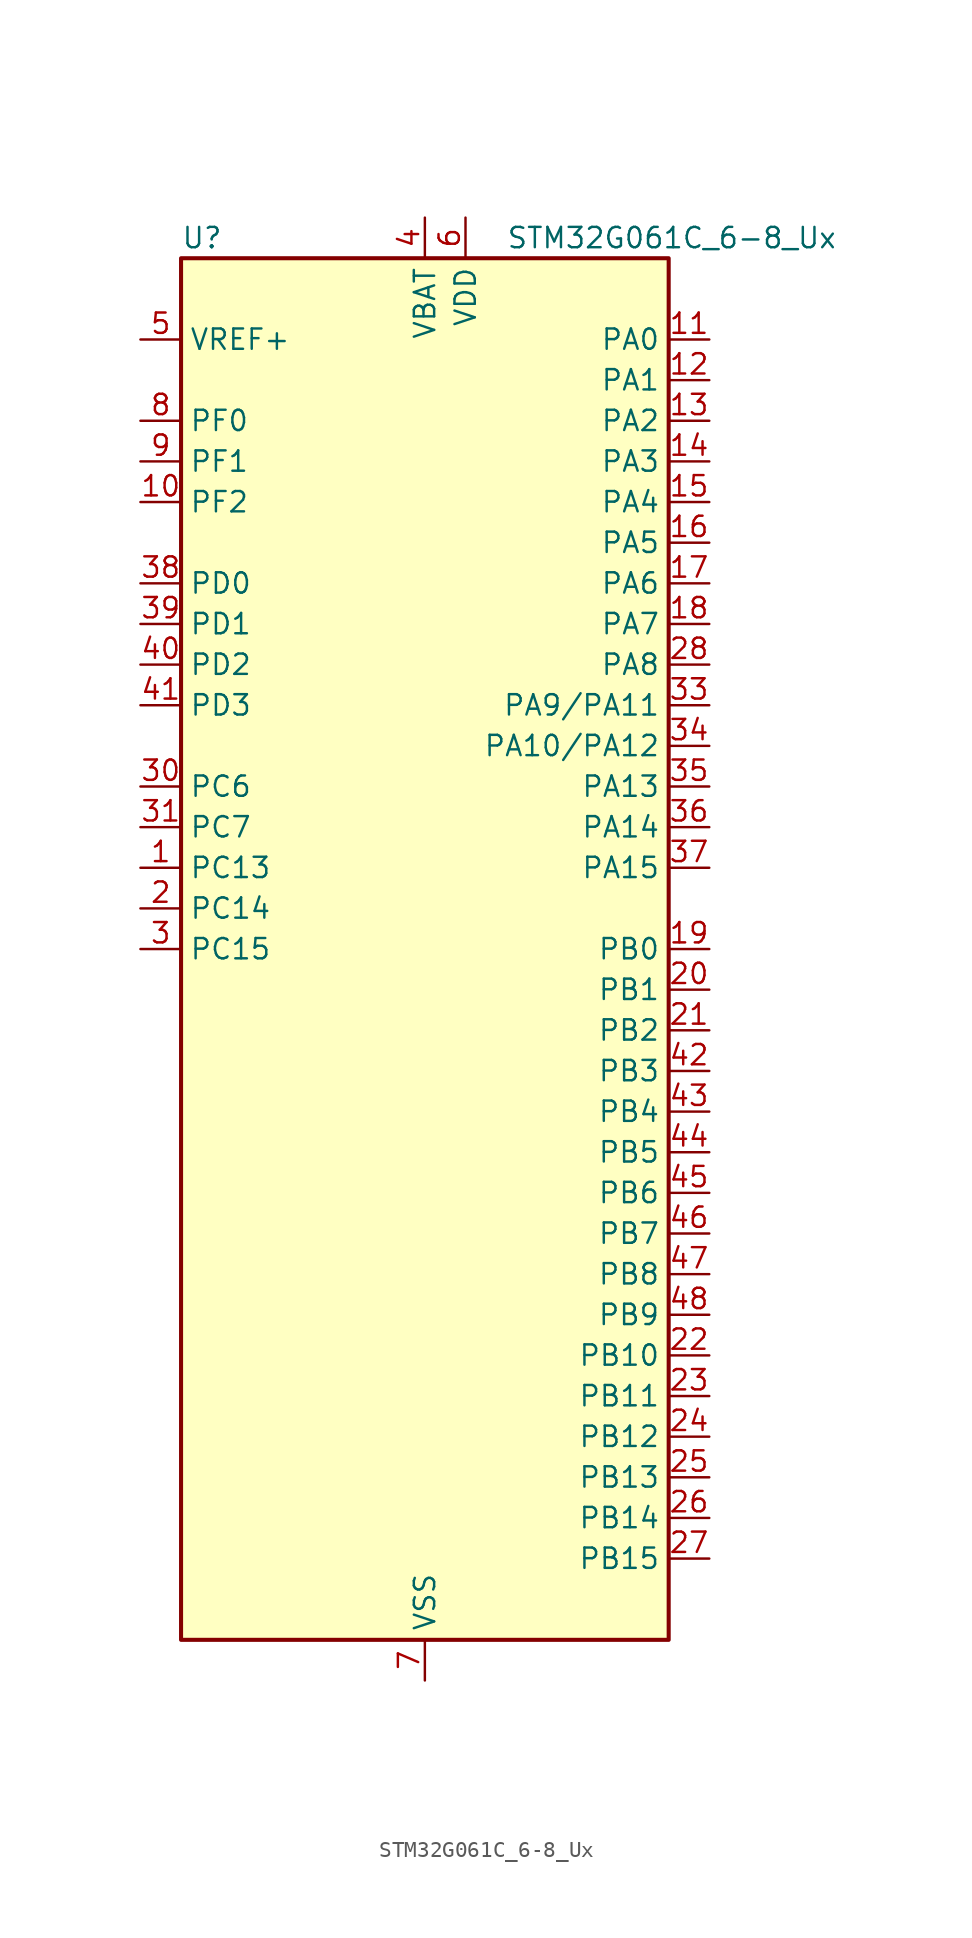
<source format=kicad_sym>
(kicad_symbol_lib
  (version 20231120)
  (generator "kicad-library-utils")
  (generator_version "8.0")
  (symbol "STM32G061C_6-8_Ux"
    (property "Reference" "U"
      (at -15.24 44.45 0)
      (effects (font (size 1.27 1.27)) (justify left)))
    (property "Value" "STM32G061C_6-8_Ux"
      (at 5.08 44.45 0)
      (effects (font (size 1.27 1.27)) (justify left)))
    (symbol "STM32G061C_6-8_Ux_0_1"
      (rectangle (start -15.24 -43.18) (end 15.24 43.18) (stroke (width 0.254) (type default)) (fill (type background))))
    (symbol "STM32G061C_6-8_Ux_1_1"
      (pin bidirectional line (at -17.78 5.08 0) (length 2.54) (name "PC13" (effects (font (size 1.27 1.27)))) (number "1" (effects (font (size 1.27 1.27)))) (alternate "RTC_OUT1" bidirectional line) (alternate "RTC_TAMP_IN1" bidirectional line) (alternate "RTC_TS" bidirectional line) (alternate "SYS_WKUP2" bidirectional line) (alternate "TIM1_BK" bidirectional line))
      (pin bidirectional line (at -17.78 27.94 0) (length 2.54) (name "PF2" (effects (font (size 1.27 1.27)))) (number "10" (effects (font (size 1.27 1.27)))) (alternate "RCC_MCO" bidirectional line))
      (pin bidirectional line (at 17.78 38.1 180) (length 2.54) (name "PA0" (effects (font (size 1.27 1.27)))) (number "11" (effects (font (size 1.27 1.27)))) (alternate "ADC1_IN0" bidirectional line) (alternate "COMP1_INM" bidirectional line) (alternate "COMP1_OUT" bidirectional line) (alternate "LPTIM1_OUT" bidirectional line) (alternate "RTC_TAMP_IN2" bidirectional line) (alternate "SPI2_SCK" bidirectional line) (alternate "SYS_WKUP1" bidirectional line) (alternate "TIM2_CH1" bidirectional line) (alternate "TIM2_ETR" bidirectional line) (alternate "USART2_CTS" bidirectional line) (alternate "USART2_NSS" bidirectional line))
      (pin bidirectional line (at 17.78 35.56 180) (length 2.54) (name "PA1" (effects (font (size 1.27 1.27)))) (number "12" (effects (font (size 1.27 1.27)))) (alternate "ADC1_IN1" bidirectional line) (alternate "COMP1_INP" bidirectional line) (alternate "I2C1_SMBA" bidirectional line) (alternate "I2S1_CK" bidirectional line) (alternate "SPI1_SCK" bidirectional line) (alternate "TIM15_CH1N" bidirectional line) (alternate "TIM2_CH2" bidirectional line) (alternate "USART2_CK" bidirectional line) (alternate "USART2_DE" bidirectional line) (alternate "USART2_RTS" bidirectional line))
      (pin bidirectional line (at 17.78 33.02 180) (length 2.54) (name "PA2" (effects (font (size 1.27 1.27)))) (number "13" (effects (font (size 1.27 1.27)))) (alternate "ADC1_IN2" bidirectional line) (alternate "COMP2_INM" bidirectional line) (alternate "COMP2_OUT" bidirectional line) (alternate "I2S1_SD" bidirectional line) (alternate "LPUART1_TX" bidirectional line) (alternate "RCC_LSCO" bidirectional line) (alternate "SPI1_MOSI" bidirectional line) (alternate "SYS_WKUP4" bidirectional line) (alternate "TIM15_CH1" bidirectional line) (alternate "TIM2_CH3" bidirectional line) (alternate "USART2_TX" bidirectional line))
      (pin bidirectional line (at 17.78 30.48 180) (length 2.54) (name "PA3" (effects (font (size 1.27 1.27)))) (number "14" (effects (font (size 1.27 1.27)))) (alternate "ADC1_IN3" bidirectional line) (alternate "COMP2_INP" bidirectional line) (alternate "LPUART1_RX" bidirectional line) (alternate "SPI2_MISO" bidirectional line) (alternate "TIM15_CH2" bidirectional line) (alternate "TIM2_CH4" bidirectional line) (alternate "USART2_RX" bidirectional line))
      (pin bidirectional line (at 17.78 27.94 180) (length 2.54) (name "PA4" (effects (font (size 1.27 1.27)))) (number "15" (effects (font (size 1.27 1.27)))) (alternate "ADC1_IN4" bidirectional line) (alternate "DAC1_OUT1" bidirectional line) (alternate "I2S1_WS" bidirectional line) (alternate "LPTIM2_OUT" bidirectional line) (alternate "RTC_OUT2" bidirectional line) (alternate "SPI1_NSS" bidirectional line) (alternate "SPI2_MOSI" bidirectional line) (alternate "TIM14_CH1" bidirectional line))
      (pin bidirectional line (at 17.78 25.4 180) (length 2.54) (name "PA5" (effects (font (size 1.27 1.27)))) (number "16" (effects (font (size 1.27 1.27)))) (alternate "ADC1_IN5" bidirectional line) (alternate "DAC1_OUT2" bidirectional line) (alternate "I2S1_CK" bidirectional line) (alternate "LPTIM2_ETR" bidirectional line) (alternate "SPI1_SCK" bidirectional line) (alternate "TIM2_CH1" bidirectional line) (alternate "TIM2_ETR" bidirectional line))
      (pin bidirectional line (at 17.78 22.86 180) (length 2.54) (name "PA6" (effects (font (size 1.27 1.27)))) (number "17" (effects (font (size 1.27 1.27)))) (alternate "ADC1_IN6" bidirectional line) (alternate "COMP1_OUT" bidirectional line) (alternate "I2S1_MCK" bidirectional line) (alternate "LPUART1_CTS" bidirectional line) (alternate "SPI1_MISO" bidirectional line) (alternate "TIM16_CH1" bidirectional line) (alternate "TIM1_BK" bidirectional line) (alternate "TIM3_CH1" bidirectional line))
      (pin bidirectional line (at 17.78 20.32 180) (length 2.54) (name "PA7" (effects (font (size 1.27 1.27)))) (number "18" (effects (font (size 1.27 1.27)))) (alternate "ADC1_IN7" bidirectional line) (alternate "COMP2_OUT" bidirectional line) (alternate "I2S1_SD" bidirectional line) (alternate "SPI1_MOSI" bidirectional line) (alternate "TIM14_CH1" bidirectional line) (alternate "TIM17_CH1" bidirectional line) (alternate "TIM1_CH1N" bidirectional line) (alternate "TIM3_CH2" bidirectional line))
      (pin bidirectional line (at 17.78 0 180) (length 2.54) (name "PB0" (effects (font (size 1.27 1.27)))) (number "19" (effects (font (size 1.27 1.27)))) (alternate "ADC1_IN8" bidirectional line) (alternate "COMP1_OUT" bidirectional line) (alternate "I2S1_WS" bidirectional line) (alternate "LPTIM1_OUT" bidirectional line) (alternate "SPI1_NSS" bidirectional line) (alternate "TIM1_CH2N" bidirectional line) (alternate "TIM3_CH3" bidirectional line))
      (pin bidirectional line (at -17.78 2.54 0) (length 2.54) (name "PC14" (effects (font (size 1.27 1.27)))) (number "2" (effects (font (size 1.27 1.27)))) (alternate "RCC_OSC32_IN" bidirectional line) (alternate "TIM1_BK2" bidirectional line))
      (pin bidirectional line (at 17.78 -2.54 180) (length 2.54) (name "PB1" (effects (font (size 1.27 1.27)))) (number "20" (effects (font (size 1.27 1.27)))) (alternate "ADC1_IN9" bidirectional line) (alternate "COMP1_INM" bidirectional line) (alternate "LPTIM2_IN1" bidirectional line) (alternate "LPUART1_DE" bidirectional line) (alternate "LPUART1_RTS" bidirectional line) (alternate "TIM14_CH1" bidirectional line) (alternate "TIM1_CH3N" bidirectional line) (alternate "TIM3_CH4" bidirectional line))
      (pin bidirectional line (at 17.78 -5.08 180) (length 2.54) (name "PB2" (effects (font (size 1.27 1.27)))) (number "21" (effects (font (size 1.27 1.27)))) (alternate "ADC1_IN10" bidirectional line) (alternate "COMP1_INP" bidirectional line) (alternate "LPTIM1_OUT" bidirectional line) (alternate "SPI2_MISO" bidirectional line))
      (pin bidirectional line (at 17.78 -25.4 180) (length 2.54) (name "PB10" (effects (font (size 1.27 1.27)))) (number "22" (effects (font (size 1.27 1.27)))) (alternate "ADC1_IN11" bidirectional line) (alternate "COMP1_OUT" bidirectional line) (alternate "I2C2_SCL" bidirectional line) (alternate "LPUART1_RX" bidirectional line) (alternate "SPI2_SCK" bidirectional line) (alternate "TIM2_CH3" bidirectional line))
      (pin bidirectional line (at 17.78 -27.94 180) (length 2.54) (name "PB11" (effects (font (size 1.27 1.27)))) (number "23" (effects (font (size 1.27 1.27)))) (alternate "ADC1_EXTI11" bidirectional line) (alternate "ADC1_IN15" bidirectional line) (alternate "COMP2_OUT" bidirectional line) (alternate "I2C2_SDA" bidirectional line) (alternate "LPUART1_TX" bidirectional line) (alternate "SPI2_MOSI" bidirectional line) (alternate "TIM2_CH4" bidirectional line))
      (pin bidirectional line (at 17.78 -30.48 180) (length 2.54) (name "PB12" (effects (font (size 1.27 1.27)))) (number "24" (effects (font (size 1.27 1.27)))) (alternate "ADC1_IN16" bidirectional line) (alternate "LPUART1_DE" bidirectional line) (alternate "LPUART1_RTS" bidirectional line) (alternate "SPI2_NSS" bidirectional line) (alternate "TIM15_BK" bidirectional line) (alternate "TIM1_BK" bidirectional line))
      (pin bidirectional line (at 17.78 -33.02 180) (length 2.54) (name "PB13" (effects (font (size 1.27 1.27)))) (number "25" (effects (font (size 1.27 1.27)))) (alternate "I2C2_SCL" bidirectional line) (alternate "LPUART1_CTS" bidirectional line) (alternate "SPI2_SCK" bidirectional line) (alternate "TIM15_CH1N" bidirectional line) (alternate "TIM1_CH1N" bidirectional line))
      (pin bidirectional line (at 17.78 -35.56 180) (length 2.54) (name "PB14" (effects (font (size 1.27 1.27)))) (number "26" (effects (font (size 1.27 1.27)))) (alternate "I2C2_SDA" bidirectional line) (alternate "SPI2_MISO" bidirectional line) (alternate "TIM15_CH1" bidirectional line) (alternate "TIM1_CH2N" bidirectional line))
      (pin bidirectional line (at 17.78 -38.1 180) (length 2.54) (name "PB15" (effects (font (size 1.27 1.27)))) (number "27" (effects (font (size 1.27 1.27)))) (alternate "RTC_REFIN" bidirectional line) (alternate "SPI2_MOSI" bidirectional line) (alternate "TIM15_CH1N" bidirectional line) (alternate "TIM15_CH2" bidirectional line) (alternate "TIM1_CH3N" bidirectional line))
      (pin bidirectional line (at 17.78 17.78 180) (length 2.54) (name "PA8" (effects (font (size 1.27 1.27)))) (number "28" (effects (font (size 1.27 1.27)))) (alternate "LPTIM2_OUT" bidirectional line) (alternate "RCC_MCO" bidirectional line) (alternate "SPI2_NSS" bidirectional line) (alternate "TIM1_CH1" bidirectional line))
      (pin no_connect line (at -15.24 -43.18 0) (length 2.54) hide (name "NC/PA9" (effects (font (size 1.27 1.27)))) (number "29" (effects (font (size 1.27 1.27)))) (alternate "NC" bidirectional line) (alternate "PA9" bidirectional line) (alternate "DAC1_EXTI9 (PA9)" bidirectional line) (alternate "I2C1_SCL (PA9)" bidirectional line) (alternate "RCC_MCO (PA9)" bidirectional line) (alternate "SPI2_MISO (PA9)" bidirectional line) (alternate "TIM15_BK (PA9)" bidirectional line) (alternate "TIM1_CH2 (PA9)" bidirectional line) (alternate "USART1_TX (PA9)" bidirectional line))
      (pin bidirectional line (at -17.78 0 0) (length 2.54) (name "PC15" (effects (font (size 1.27 1.27)))) (number "3" (effects (font (size 1.27 1.27)))) (alternate "RCC_OSC32_EN" bidirectional line) (alternate "RCC_OSC32_OUT" bidirectional line) (alternate "RCC_OSC_EN" bidirectional line) (alternate "TIM15_BK" bidirectional line))
      (pin bidirectional line (at -17.78 10.16 0) (length 2.54) (name "PC6" (effects (font (size 1.27 1.27)))) (number "30" (effects (font (size 1.27 1.27)))) (alternate "TIM2_CH3" bidirectional line) (alternate "TIM3_CH1" bidirectional line))
      (pin bidirectional line (at -17.78 7.62 0) (length 2.54) (name "PC7" (effects (font (size 1.27 1.27)))) (number "31" (effects (font (size 1.27 1.27)))) (alternate "TIM2_CH4" bidirectional line) (alternate "TIM3_CH2" bidirectional line))
      (pin no_connect line (at -15.24 -40.64 0) (length 2.54) hide (name "NC/PA10" (effects (font (size 1.27 1.27)))) (number "32" (effects (font (size 1.27 1.27)))) (alternate "NC" bidirectional line) (alternate "PA10" bidirectional line) (alternate "I2C1_SDA (PA10)" bidirectional line) (alternate "SPI2_MOSI (PA10)" bidirectional line) (alternate "TIM17_BK (PA10)" bidirectional line) (alternate "TIM1_CH3 (PA10)" bidirectional line) (alternate "USART1_RX (PA10)" bidirectional line))
      (pin bidirectional line (at 17.78 15.24 180) (length 2.54) (name "PA9/PA11" (effects (font (size 1.27 1.27)))) (number "33" (effects (font (size 1.27 1.27)))) (alternate "PA9" bidirectional line) (alternate "DAC1_EXTI9 (PA9)" bidirectional line) (alternate "I2C1_SCL (PA9)" bidirectional line) (alternate "RCC_MCO (PA9)" bidirectional line) (alternate "SPI2_MISO (PA9)" bidirectional line) (alternate "TIM15_BK (PA9)" bidirectional line) (alternate "TIM1_CH2 (PA9)" bidirectional line) (alternate "USART1_TX (PA9)" bidirectional line) (alternate "PA11" bidirectional line) (alternate "ADC1_EXTI11 (PA11)" bidirectional line) (alternate "COMP1_OUT (PA11)" bidirectional line) (alternate "I2C2_SCL (PA11)" bidirectional line) (alternate "I2S1_MCK (PA11)" bidirectional line) (alternate "SPI1_MISO (PA11)" bidirectional line) (alternate "TIM1_BK2 (PA11)" bidirectional line) (alternate "TIM1_CH4 (PA11)" bidirectional line) (alternate "USART1_CTS (PA11)" bidirectional line) (alternate "USART1_NSS (PA11)" bidirectional line))
      (pin bidirectional line (at 17.78 12.7 180) (length 2.54) (name "PA10/PA12" (effects (font (size 1.27 1.27)))) (number "34" (effects (font (size 1.27 1.27)))) (alternate "PA10" bidirectional line) (alternate "I2C1_SDA (PA10)" bidirectional line) (alternate "SPI2_MOSI (PA10)" bidirectional line) (alternate "TIM17_BK (PA10)" bidirectional line) (alternate "TIM1_CH3 (PA10)" bidirectional line) (alternate "USART1_RX (PA10)" bidirectional line) (alternate "PA12" bidirectional line) (alternate "COMP2_OUT (PA12)" bidirectional line) (alternate "I2C2_SDA (PA12)" bidirectional line) (alternate "I2S1_SD (PA12)" bidirectional line) (alternate "I2S_CKIN (PA12)" bidirectional line) (alternate "SPI1_MOSI (PA12)" bidirectional line) (alternate "TIM1_ETR (PA12)" bidirectional line) (alternate "USART1_CK (PA12)" bidirectional line) (alternate "USART1_DE (PA12)" bidirectional line) (alternate "USART1_RTS (PA12)" bidirectional line))
      (pin bidirectional line (at 17.78 10.16 180) (length 2.54) (name "PA13" (effects (font (size 1.27 1.27)))) (number "35" (effects (font (size 1.27 1.27)))) (alternate "ADC1_IN17" bidirectional line) (alternate "IR_OUT" bidirectional line) (alternate "SYS_SWDIO" bidirectional line))
      (pin bidirectional line (at 17.78 7.62 180) (length 2.54) (name "PA14" (effects (font (size 1.27 1.27)))) (number "36" (effects (font (size 1.27 1.27)))) (alternate "ADC1_IN18" bidirectional line) (alternate "SYS_SWCLK" bidirectional line) (alternate "USART2_TX" bidirectional line))
      (pin bidirectional line (at 17.78 5.08 180) (length 2.54) (name "PA15" (effects (font (size 1.27 1.27)))) (number "37" (effects (font (size 1.27 1.27)))) (alternate "I2S1_WS" bidirectional line) (alternate "SPI1_NSS" bidirectional line) (alternate "TIM2_CH1" bidirectional line) (alternate "TIM2_ETR" bidirectional line) (alternate "USART2_RX" bidirectional line))
      (pin bidirectional line (at -17.78 22.86 0) (length 2.54) (name "PD0" (effects (font (size 1.27 1.27)))) (number "38" (effects (font (size 1.27 1.27)))) (alternate "SPI2_NSS" bidirectional line) (alternate "TIM16_CH1" bidirectional line))
      (pin bidirectional line (at -17.78 20.32 0) (length 2.54) (name "PD1" (effects (font (size 1.27 1.27)))) (number "39" (effects (font (size 1.27 1.27)))) (alternate "SPI2_SCK" bidirectional line) (alternate "TIM17_CH1" bidirectional line))
      (pin power_in line (at 0 45.72 270) (length 2.54) (name "VBAT" (effects (font (size 1.27 1.27)))) (number "4" (effects (font (size 1.27 1.27)))))
      (pin bidirectional line (at -17.78 17.78 0) (length 2.54) (name "PD2" (effects (font (size 1.27 1.27)))) (number "40" (effects (font (size 1.27 1.27)))) (alternate "TIM1_CH1N" bidirectional line) (alternate "TIM3_ETR" bidirectional line))
      (pin bidirectional line (at -17.78 15.24 0) (length 2.54) (name "PD3" (effects (font (size 1.27 1.27)))) (number "41" (effects (font (size 1.27 1.27)))) (alternate "SPI2_MISO" bidirectional line) (alternate "TIM1_CH2N" bidirectional line) (alternate "USART2_CTS" bidirectional line) (alternate "USART2_NSS" bidirectional line))
      (pin bidirectional line (at 17.78 -7.62 180) (length 2.54) (name "PB3" (effects (font (size 1.27 1.27)))) (number "42" (effects (font (size 1.27 1.27)))) (alternate "COMP2_INM" bidirectional line) (alternate "I2S1_CK" bidirectional line) (alternate "SPI1_SCK" bidirectional line) (alternate "TIM1_CH2" bidirectional line) (alternate "TIM2_CH2" bidirectional line) (alternate "USART1_CK" bidirectional line) (alternate "USART1_DE" bidirectional line) (alternate "USART1_RTS" bidirectional line))
      (pin bidirectional line (at 17.78 -10.16 180) (length 2.54) (name "PB4" (effects (font (size 1.27 1.27)))) (number "43" (effects (font (size 1.27 1.27)))) (alternate "COMP2_INP" bidirectional line) (alternate "I2S1_MCK" bidirectional line) (alternate "SPI1_MISO" bidirectional line) (alternate "TIM17_BK" bidirectional line) (alternate "TIM3_CH1" bidirectional line) (alternate "USART1_CTS" bidirectional line) (alternate "USART1_NSS" bidirectional line))
      (pin bidirectional line (at 17.78 -12.7 180) (length 2.54) (name "PB5" (effects (font (size 1.27 1.27)))) (number "44" (effects (font (size 1.27 1.27)))) (alternate "COMP2_OUT" bidirectional line) (alternate "I2C1_SMBA" bidirectional line) (alternate "I2S1_SD" bidirectional line) (alternate "LPTIM1_IN1" bidirectional line) (alternate "SPI1_MOSI" bidirectional line) (alternate "SYS_WKUP6" bidirectional line) (alternate "TIM16_BK" bidirectional line) (alternate "TIM3_CH2" bidirectional line))
      (pin bidirectional line (at 17.78 -15.24 180) (length 2.54) (name "PB6" (effects (font (size 1.27 1.27)))) (number "45" (effects (font (size 1.27 1.27)))) (alternate "COMP2_INP" bidirectional line) (alternate "I2C1_SCL" bidirectional line) (alternate "LPTIM1_ETR" bidirectional line) (alternate "SPI2_MISO" bidirectional line) (alternate "TIM16_CH1N" bidirectional line) (alternate "TIM1_CH3" bidirectional line) (alternate "USART1_TX" bidirectional line))
      (pin bidirectional line (at 17.78 -17.78 180) (length 2.54) (name "PB7" (effects (font (size 1.27 1.27)))) (number "46" (effects (font (size 1.27 1.27)))) (alternate "COMP2_INM" bidirectional line) (alternate "I2C1_SDA" bidirectional line) (alternate "LPTIM1_IN2" bidirectional line) (alternate "SPI2_MOSI" bidirectional line) (alternate "SYS_PVD_IN" bidirectional line) (alternate "TIM17_CH1N" bidirectional line) (alternate "USART1_RX" bidirectional line))
      (pin bidirectional line (at 17.78 -20.32 180) (length 2.54) (name "PB8" (effects (font (size 1.27 1.27)))) (number "47" (effects (font (size 1.27 1.27)))) (alternate "I2C1_SCL" bidirectional line) (alternate "SPI2_SCK" bidirectional line) (alternate "TIM15_BK" bidirectional line) (alternate "TIM16_CH1" bidirectional line))
      (pin bidirectional line (at 17.78 -22.86 180) (length 2.54) (name "PB9" (effects (font (size 1.27 1.27)))) (number "48" (effects (font (size 1.27 1.27)))) (alternate "DAC1_EXTI9" bidirectional line) (alternate "I2C1_SDA" bidirectional line) (alternate "IR_OUT" bidirectional line) (alternate "SPI2_NSS" bidirectional line) (alternate "TIM17_CH1" bidirectional line))
      (pin passive line (at 0 -45.72 90) (length 2.54) hide (name "VSS" (effects (font (size 1.27 1.27)))) (number "49" (effects (font (size 1.27 1.27)))))
      (pin input line (at -17.78 38.1 0) (length 2.54) (name "VREF+" (effects (font (size 1.27 1.27)))) (number "5" (effects (font (size 1.27 1.27)))) (alternate "VREFBUF_OUT" bidirectional line))
      (pin power_in line (at 2.54 45.72 270) (length 2.54) (name "VDD" (effects (font (size 1.27 1.27)))) (number "6" (effects (font (size 1.27 1.27)))))
      (pin power_in line (at 0 -45.72 90) (length 2.54) (name "VSS" (effects (font (size 1.27 1.27)))) (number "7" (effects (font (size 1.27 1.27)))))
      (pin bidirectional line (at -17.78 33.02 0) (length 2.54) (name "PF0" (effects (font (size 1.27 1.27)))) (number "8" (effects (font (size 1.27 1.27)))) (alternate "RCC_OSC_IN" bidirectional line) (alternate "TIM14_CH1" bidirectional line))
      (pin bidirectional line (at -17.78 30.48 0) (length 2.54) (name "PF1" (effects (font (size 1.27 1.27)))) (number "9" (effects (font (size 1.27 1.27)))) (alternate "RCC_OSC_EN" bidirectional line) (alternate "RCC_OSC_OUT" bidirectional line) (alternate "TIM15_CH1N" bidirectional line)))))
</source>
